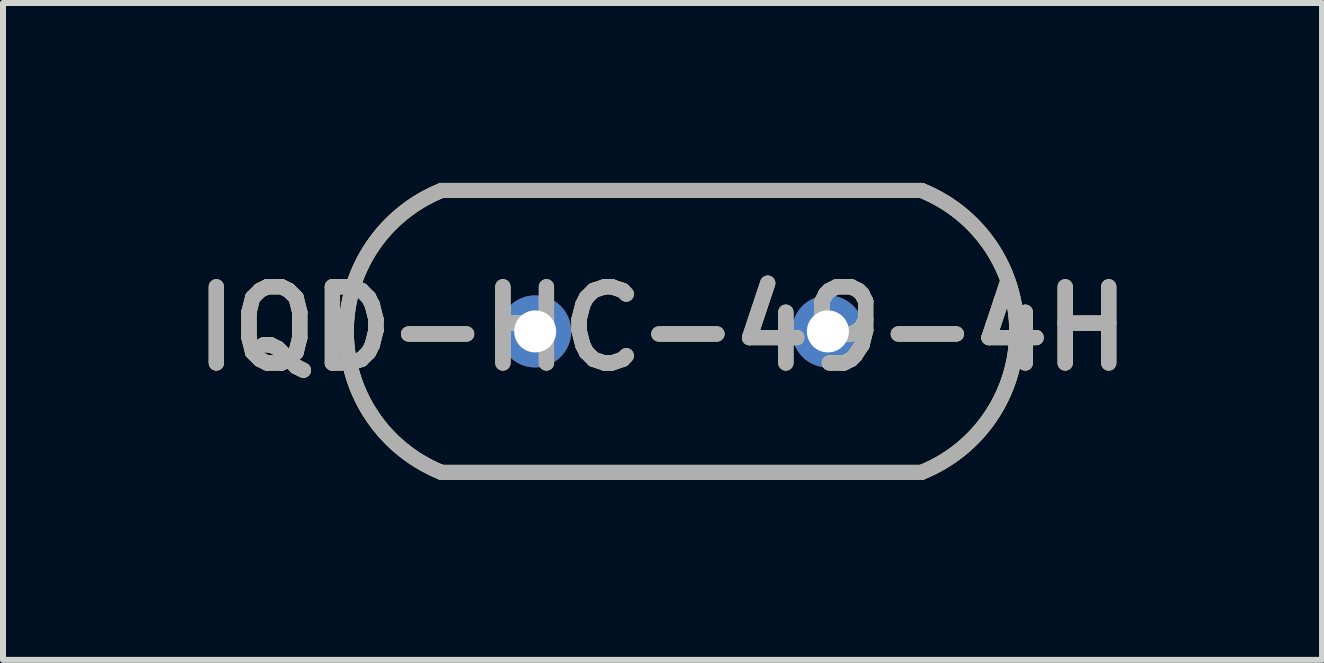
<source format=kicad_pcb>
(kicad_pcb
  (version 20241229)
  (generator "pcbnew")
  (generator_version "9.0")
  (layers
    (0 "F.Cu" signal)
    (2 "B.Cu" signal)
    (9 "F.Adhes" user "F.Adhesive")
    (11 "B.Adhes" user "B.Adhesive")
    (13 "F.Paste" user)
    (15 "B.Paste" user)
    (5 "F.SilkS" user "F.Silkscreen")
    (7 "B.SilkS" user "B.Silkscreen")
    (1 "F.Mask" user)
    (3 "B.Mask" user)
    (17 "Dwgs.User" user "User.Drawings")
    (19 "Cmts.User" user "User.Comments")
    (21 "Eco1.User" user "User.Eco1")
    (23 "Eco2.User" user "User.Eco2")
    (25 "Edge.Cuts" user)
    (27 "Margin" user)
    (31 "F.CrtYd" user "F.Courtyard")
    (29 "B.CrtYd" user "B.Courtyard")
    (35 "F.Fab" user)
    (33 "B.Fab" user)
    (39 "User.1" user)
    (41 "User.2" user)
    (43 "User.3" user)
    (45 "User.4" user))
  (footprint "IQD-HC-49-4H"
    (layer "F.Cu")
    (at 8.312 2.475)
    (property "Reference" "IQD-HC-49-4H" (at -0.317 -0.048 0) (layer "F.SilkS") (effects (font (size 1.27 1.27) (thickness 0.254))))
    (attr through_hole)
    (fp_line (start -4 2.35) (end 4 2.35) (stroke (width 0.25) (type solid)) (layer "F.SilkS"))
    (fp_line (start 4 -2.35) (end -4 -2.35) (stroke (width 0.25) (type solid)) (layer "F.SilkS"))
    (fp_arc (start -3.999774 2.350091) (mid -5.587999 0.000122) (end -4 -2.35) (stroke (width 0.25) (type solid)) (layer "F.SilkS"))
    (fp_arc (start 3.999774 -2.350091) (mid 5.587999 -0.000122) (end 4 2.35) (stroke (width 0.25) (type solid)) (layer "F.SilkS"))
    (fp_line (start -4 -2.35) (end 4 -2.35) (stroke (width 0.25) (type solid)) (layer "F.Fab"))
    (fp_line (start 4 2.35) (end -4 2.35) (stroke (width 0.25) (type solid)) (layer "F.Fab"))
    (fp_arc (start -4 2.35) (mid -5.587679 -0.000595) (end -3.998896 -2.350444) (stroke (width 0.25) (type solid)) (layer "F.Fab"))
    (fp_arc (start 4 -2.35) (mid 5.58745 0.000933) (end 3.998268 2.350696) (stroke (width 0.25) (type solid)) (layer "F.Fab"))
    (fp_text user "${REFERENCE}" (at -0.317 -0.048 0) (layer "F.Fab") (effects (font (size 1.27 1.27) (thickness 0.254))))
    (pad "1" thru_hole circle (at -2.44 0) (size 1.2 1.2) (drill 0.7) (layers "*.Cu" "*.Mask"))
    (pad "2" thru_hole circle (at 2.44 0) (size 1.2 1.2) (drill 0.7) (layers "*.Cu" "*.Mask")))
  (gr_rect
    (start -3 -3)
    (end 18.99 7.951)
    (stroke (width 0.1) (type default))
    (fill no)
    (layer "Edge.Cuts")))
</source>
